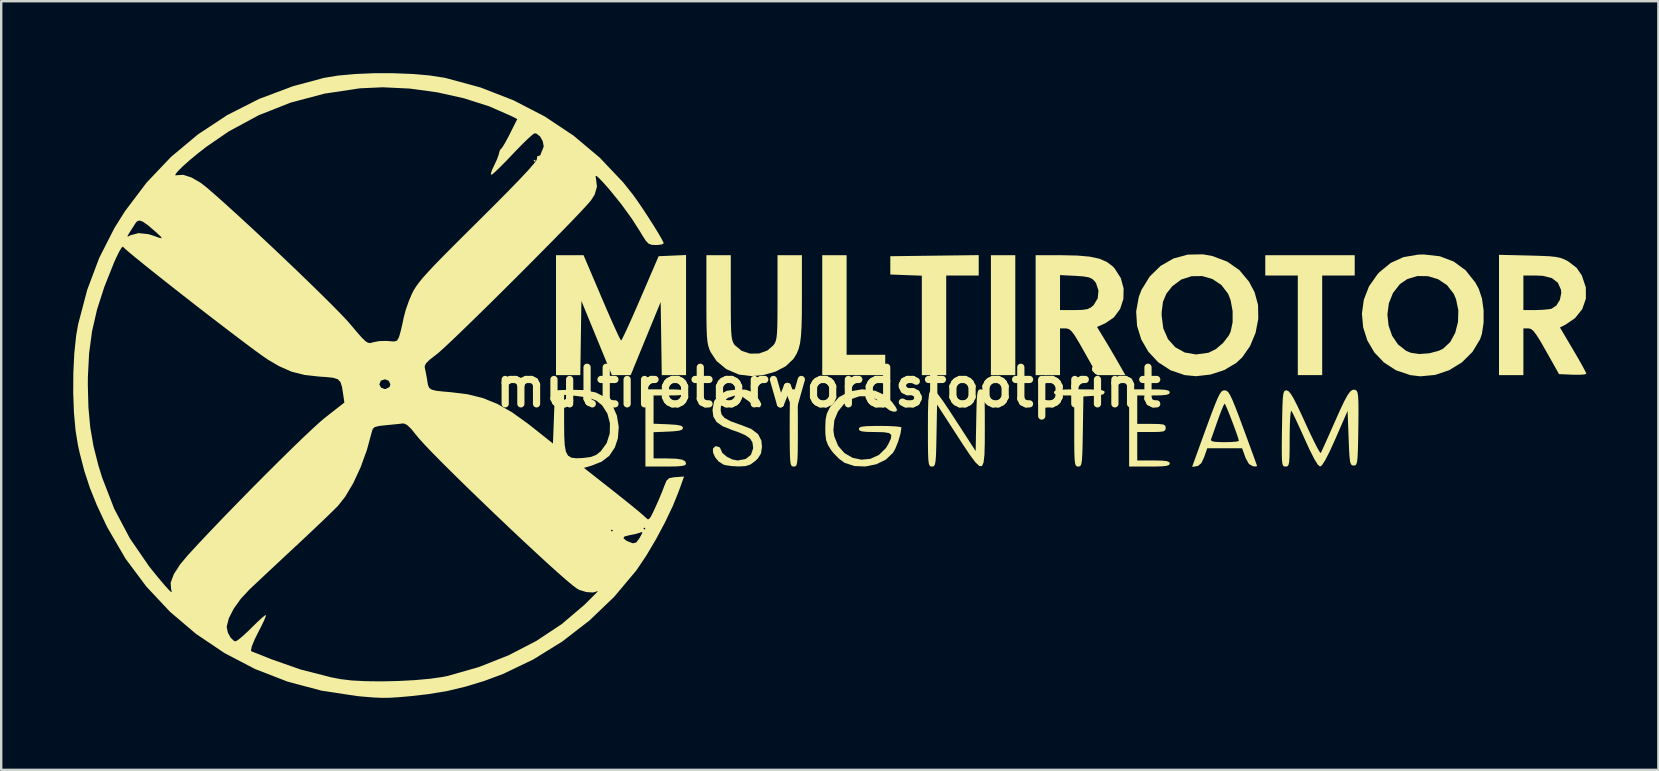
<source format=kicad_pcb>
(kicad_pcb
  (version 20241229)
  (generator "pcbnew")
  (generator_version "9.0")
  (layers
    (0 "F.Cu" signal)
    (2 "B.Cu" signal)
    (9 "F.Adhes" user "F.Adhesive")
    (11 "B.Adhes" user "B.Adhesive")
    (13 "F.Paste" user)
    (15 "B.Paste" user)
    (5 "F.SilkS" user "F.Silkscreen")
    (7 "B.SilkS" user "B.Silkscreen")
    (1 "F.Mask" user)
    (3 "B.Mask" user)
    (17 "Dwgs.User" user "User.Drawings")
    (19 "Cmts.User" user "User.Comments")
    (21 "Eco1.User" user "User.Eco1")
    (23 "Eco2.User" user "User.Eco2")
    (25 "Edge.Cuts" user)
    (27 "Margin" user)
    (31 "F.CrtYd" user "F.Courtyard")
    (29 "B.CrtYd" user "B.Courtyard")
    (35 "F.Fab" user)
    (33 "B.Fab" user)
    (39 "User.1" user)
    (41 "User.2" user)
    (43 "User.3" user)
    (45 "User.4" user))
  (footprint "multirotorwordsfootprint"
    (layer "F.Cu")
    (at 31.458 13.085)
    (property "Reference" "multirotorwordsfootprint" (at 0 0 0) (layer "F.SilkS") (effects (font (size 1.524 1.524) (thickness 0.3))))
    (attr board_only exclude_from_pos_files exclude_from_bom)
    (fp_poly (pts (xy -12.192 -9.44) (xy -12.234 -9.398) (xy -12.277 -9.44) (xy -12.234 -9.483)) (stroke (width 0) (type solid)) (fill yes) (layer "F.SilkS"))
    (fp_poly (pts (xy 7.789 -0.508) (xy 6.773 -0.508) (xy 6.773 -5.503) (xy 7.789 -5.503)) (stroke (width 0) (type solid)) (fill yes) (layer "F.SilkS"))
    (fp_poly (pts (xy 0.762 -1.355) (xy 2.371 -1.355) (xy 2.371 -0.508) (xy -0.254 -0.508) (xy -0.254 -5.503) (xy 0.762 -5.503)) (stroke (width 0) (type solid)) (fill yes) (layer "F.SilkS"))
    (fp_poly (pts (xy 21.929 -4.657) (xy 20.574 -4.657) (xy 20.574 -0.508) (xy 19.558 -0.508) (xy 19.558 -4.657) (xy 18.203 -4.657) (xy 18.203 -5.503) (xy 21.929 -5.503)) (stroke (width 0) (type solid)) (fill yes) (layer "F.SilkS"))
    (fp_poly (pts (xy 6.265 -4.657) (xy 4.911 -4.657) (xy 4.911 -0.508) (xy 3.895 -0.508) (xy 3.895 -4.65) (xy 3.239 -4.674) (xy 2.582 -4.699) (xy 2.582 -5.461) (xy 6.265 -5.507)) (stroke (width 0) (type solid)) (fill yes) (layer "F.SilkS"))
    (fp_poly (pts (xy -5.927 -0.508) (xy -6.939 -0.508) (xy -6.962 -2.029) (xy -6.985 -3.551) (xy -7.61 -2.029) (xy -8.234 -0.508) (xy -8.626 -0.508) (xy -9.017 -0.508) (xy -9.652 -2.053) (xy -10.287 -3.598) (xy -10.31 -2.053) (xy -10.333 -0.508) (xy -11.345 -0.508) (xy -11.345 -5.503) (xy -10.197 -5.503) (xy -9.44 -3.725) (xy -9.222 -3.217) (xy -9.024 -2.766) (xy -8.856 -2.393) (xy -8.728 -2.12) (xy -8.65 -1.97) (xy -8.633 -1.947) (xy -8.586 -2.022) (xy -8.484 -2.23) (xy -8.335 -2.55) (xy -8.151 -2.96) (xy -7.941 -3.438) (xy -7.826 -3.704) (xy -7.07 -5.461) (xy -5.927 -5.511)) (stroke (width 0) (type solid)) (fill yes) (layer "F.SilkS"))
    (fp_poly (pts (xy -1.381 0.092) (xy -1.337 0.127) (xy -1.307 0.214) (xy -1.287 0.375) (xy -1.276 0.631) (xy -1.271 1.005) (xy -1.27 1.521) (xy -1.27 1.693) (xy -1.271 2.252) (xy -1.274 2.664) (xy -1.284 2.951) (xy -1.301 3.136) (xy -1.327 3.241) (xy -1.367 3.289) (xy -1.421 3.302) (xy -1.439 3.302) (xy -1.498 3.295) (xy -1.541 3.259) (xy -1.572 3.173) (xy -1.591 3.012) (xy -1.602 2.756) (xy -1.607 2.381) (xy -1.609 1.866) (xy -1.609 1.693) (xy -1.608 1.135) (xy -1.604 0.723) (xy -1.595 0.436) (xy -1.578 0.251) (xy -1.551 0.145) (xy -1.512 0.098) (xy -1.458 0.085) (xy -1.439 0.085)) (stroke (width 0) (type solid)) (fill yes) (layer "F.SilkS"))
    (fp_poly (pts (xy -6.379 0.089) (xy -6.125 0.104) (xy -5.985 0.135) (xy -5.931 0.185) (xy -5.927 0.212) (xy -5.959 0.277) (xy -6.074 0.316) (xy -6.304 0.335) (xy -6.604 0.339) (xy -7.281 0.339) (xy -7.281 1.517) (xy -6.668 1.541) (xy -6.336 1.563) (xy -6.144 1.599) (xy -6.062 1.656) (xy -6.054 1.693) (xy -6.092 1.764) (xy -6.227 1.809) (xy -6.487 1.836) (xy -6.668 1.845) (xy -7.281 1.87) (xy -7.281 2.963) (xy -6.738 2.963) (xy -6.342 2.975) (xy -6.091 3.013) (xy -5.961 3.085) (xy -5.927 3.184) (xy -5.962 3.24) (xy -6.085 3.276) (xy -6.322 3.295) (xy -6.698 3.302) (xy -6.773 3.302) (xy -7.62 3.302) (xy -7.62 0.085) (xy -6.773 0.085)) (stroke (width 0) (type solid)) (fill yes) (layer "F.SilkS"))
    (fp_poly (pts (xy 10.907 0.088) (xy 11.214 0.1) (xy 11.4 0.123) (xy 11.492 0.16) (xy 11.515 0.207) (xy 11.457 0.289) (xy 11.269 0.338) (xy 11.07 0.355) (xy 10.626 0.381) (xy 10.603 1.841) (xy 10.593 2.371) (xy 10.582 2.754) (xy 10.567 3.015) (xy 10.544 3.176) (xy 10.511 3.262) (xy 10.464 3.297) (xy 10.412 3.302) (xy 10.352 3.294) (xy 10.308 3.255) (xy 10.278 3.162) (xy 10.26 2.991) (xy 10.249 2.719) (xy 10.245 2.323) (xy 10.245 1.82) (xy 10.245 0.339) (xy 9.821 0.339) (xy 9.555 0.325) (xy 9.425 0.278) (xy 9.398 0.212) (xy 9.423 0.158) (xy 9.515 0.121) (xy 9.699 0.099) (xy 10.001 0.088) (xy 10.447 0.085) (xy 10.456 0.085)) (stroke (width 0) (type solid)) (fill yes) (layer "F.SilkS"))
    (fp_poly (pts (xy 13.772 0.089) (xy 14.026 0.104) (xy 14.166 0.135) (xy 14.22 0.185) (xy 14.224 0.212) (xy 14.192 0.277) (xy 14.076 0.316) (xy 13.847 0.335) (xy 13.547 0.339) (xy 12.869 0.339) (xy 12.869 1.524) (xy 13.462 1.524) (xy 13.773 1.529) (xy 13.952 1.549) (xy 14.034 1.596) (xy 14.055 1.68) (xy 14.055 1.693) (xy 14.039 1.782) (xy 13.967 1.833) (xy 13.802 1.857) (xy 13.509 1.863) (xy 13.462 1.863) (xy 12.869 1.863) (xy 12.869 3.048) (xy 13.547 3.048) (xy 13.894 3.054) (xy 14.103 3.076) (xy 14.202 3.119) (xy 14.224 3.175) (xy 14.196 3.234) (xy 14.094 3.272) (xy 13.889 3.293) (xy 13.554 3.301) (xy 13.377 3.302) (xy 12.531 3.302) (xy 12.531 0.085) (xy 13.377 0.085)) (stroke (width 0) (type solid)) (fill yes) (layer "F.SilkS"))
    (fp_poly (pts (xy 10.376 -5.489) (xy 10.89 -5.443) (xy 11.288 -5.358) (xy 11.595 -5.227) (xy 11.839 -5.045) (xy 11.926 -4.953) (xy 12.183 -4.552) (xy 12.302 -4.114) (xy 12.291 -3.673) (xy 12.155 -3.262) (xy 11.899 -2.914) (xy 11.531 -2.664) (xy 11.521 -2.66) (xy 11.193 -2.515) (xy 11.507 -1.998) (xy 11.721 -1.641) (xy 11.949 -1.252) (xy 12.097 -0.995) (xy 12.374 -0.508) (xy 11.207 -0.508) (xy 10.662 -1.48) (xy 10.435 -1.879) (xy 10.268 -2.153) (xy 10.143 -2.323) (xy 10.041 -2.414) (xy 9.943 -2.449) (xy 9.885 -2.453) (xy 9.652 -2.455) (xy 9.652 -0.508) (xy 8.636 -0.508) (xy 8.636 -4.675) (xy 9.652 -4.675) (xy 9.652 -3.217) (xy 10.249 -3.217) (xy 10.578 -3.225) (xy 10.791 -3.257) (xy 10.939 -3.326) (xy 11.053 -3.425) (xy 11.221 -3.703) (xy 11.255 -4.027) (xy 11.154 -4.337) (xy 11.101 -4.412) (xy 10.992 -4.517) (xy 10.847 -4.582) (xy 10.619 -4.62) (xy 10.296 -4.643) (xy 9.652 -4.675) (xy 8.636 -4.675) (xy 8.636 -5.503) (xy 9.721 -5.503)) (stroke (width 0) (type solid)) (fill yes) (layer "F.SilkS"))
    (fp_poly (pts (xy -4.064 -3.737) (xy -4.063 -3.142) (xy -4.059 -2.693) (xy -4.049 -2.365) (xy -4.031 -2.133) (xy -4.004 -1.974) (xy -3.965 -1.864) (xy -3.912 -1.778) (xy -3.893 -1.753) (xy -3.61 -1.518) (xy -3.257 -1.403) (xy -2.883 -1.409) (xy -2.536 -1.536) (xy -2.291 -1.749) (xy -2.232 -1.833) (xy -2.189 -1.932) (xy -2.158 -2.071) (xy -2.137 -2.274) (xy -2.125 -2.565) (xy -2.119 -2.968) (xy -2.117 -3.508) (xy -2.117 -3.737) (xy -2.117 -5.503) (xy -1.101 -5.503) (xy -1.101 -3.738) (xy -1.104 -3.072) (xy -1.115 -2.55) (xy -1.139 -2.147) (xy -1.178 -1.838) (xy -1.237 -1.599) (xy -1.318 -1.403) (xy -1.425 -1.226) (xy -1.464 -1.172) (xy -1.773 -0.879) (xy -2.196 -0.656) (xy -2.689 -0.514) (xy -3.205 -0.467) (xy -3.699 -0.527) (xy -3.741 -0.538) (xy -4.251 -0.757) (xy -4.656 -1.094) (xy -4.902 -1.464) (xy -4.961 -1.597) (xy -5.005 -1.738) (xy -5.037 -1.911) (xy -5.059 -2.142) (xy -5.071 -2.457) (xy -5.078 -2.882) (xy -5.08 -3.441) (xy -5.08 -3.667) (xy -5.08 -5.503) (xy -4.064 -5.503)) (stroke (width 0) (type solid)) (fill yes) (layer "F.SilkS"))
    (fp_poly (pts (xy 6.41 0.092) (xy 6.453 0.129) (xy 6.483 0.218) (xy 6.502 0.381) (xy 6.513 0.641) (xy 6.518 1.021) (xy 6.519 1.541) (xy 6.519 1.693) (xy 6.517 2.334) (xy 6.504 2.81) (xy 6.469 3.125) (xy 6.402 3.28) (xy 6.292 3.28) (xy 6.129 3.127) (xy 5.902 2.823) (xy 5.6 2.372) (xy 5.366 2.011) (xy 4.53 0.72) (xy 4.506 2.011) (xy 4.496 2.504) (xy 4.484 2.853) (xy 4.466 3.082) (xy 4.439 3.216) (xy 4.399 3.281) (xy 4.343 3.301) (xy 4.316 3.302) (xy 4.258 3.295) (xy 4.215 3.258) (xy 4.185 3.169) (xy 4.166 3.005) (xy 4.155 2.745) (xy 4.15 2.366) (xy 4.149 1.845) (xy 4.149 1.693) (xy 4.151 1.051) (xy 4.164 0.574) (xy 4.2 0.259) (xy 4.267 0.102) (xy 4.377 0.102) (xy 4.541 0.255) (xy 4.768 0.559) (xy 5.07 1.009) (xy 5.305 1.371) (xy 6.138 2.658) (xy 6.162 1.371) (xy 6.172 0.879) (xy 6.184 0.532) (xy 6.202 0.303) (xy 6.229 0.169) (xy 6.269 0.105) (xy 6.326 0.086) (xy 6.352 0.085)) (stroke (width 0) (type solid)) (fill yes) (layer "F.SilkS"))
    (fp_poly (pts (xy 29.189 -5.49) (xy 29.684 -5.476) (xy 30.045 -5.459) (xy 30.304 -5.432) (xy 30.498 -5.391) (xy 30.659 -5.331) (xy 30.819 -5.249) (xy 31.172 -4.98) (xy 31.39 -4.66) (xy 31.556 -4.167) (xy 31.56 -3.692) (xy 31.408 -3.257) (xy 31.109 -2.882) (xy 30.712 -2.611) (xy 30.479 -2.492) (xy 31.028 -1.564) (xy 31.236 -1.208) (xy 31.408 -0.904) (xy 31.527 -0.682) (xy 31.578 -0.572) (xy 31.579 -0.568) (xy 31.503 -0.537) (xy 31.301 -0.522) (xy 31.017 -0.525) (xy 31.011 -0.525) (xy 30.44 -0.55) (xy 29.904 -1.503) (xy 29.675 -1.903) (xy 29.505 -2.175) (xy 29.377 -2.343) (xy 29.273 -2.429) (xy 29.175 -2.455) (xy 29.162 -2.455) (xy 28.956 -2.455) (xy 28.956 -0.508) (xy 27.94 -0.508) (xy 27.94 -3.217) (xy 28.956 -3.217) (xy 29.443 -3.218) (xy 29.748 -3.228) (xy 30.011 -3.251) (xy 30.124 -3.272) (xy 30.328 -3.405) (xy 30.475 -3.643) (xy 30.535 -3.927) (xy 30.521 -4.069) (xy 30.39 -4.36) (xy 30.14 -4.55) (xy 29.762 -4.644) (xy 29.495 -4.657) (xy 28.956 -4.657) (xy 28.956 -3.217) (xy 27.94 -3.217) (xy 27.94 -5.519)) (stroke (width 0) (type solid)) (fill yes) (layer "F.SilkS"))
    (fp_poly (pts (xy 15.991 -5.471) (xy 16.616 -5.237) (xy 17.126 -4.881) (xy 17.528 -4.397) (xy 17.758 -3.962) (xy 17.902 -3.431) (xy 17.912 -2.854) (xy 17.799 -2.271) (xy 17.572 -1.723) (xy 17.244 -1.251) (xy 16.993 -1.015) (xy 16.497 -0.72) (xy 15.919 -0.531) (xy 15.319 -0.463) (xy 14.846 -0.508) (xy 14.251 -0.712) (xy 13.743 -1.044) (xy 13.335 -1.479) (xy 13.037 -1.992) (xy 12.862 -2.56) (xy 12.834 -2.997) (xy 13.885 -2.997) (xy 13.954 -2.456) (xy 14.15 -2.008) (xy 14.454 -1.668) (xy 14.848 -1.45) (xy 15.314 -1.369) (xy 15.835 -1.439) (xy 15.836 -1.439) (xy 16.144 -1.591) (xy 16.446 -1.848) (xy 16.682 -2.156) (xy 16.759 -2.313) (xy 16.843 -2.712) (xy 16.842 -3.176) (xy 16.76 -3.626) (xy 16.654 -3.898) (xy 16.373 -4.263) (xy 16.003 -4.51) (xy 15.578 -4.634) (xy 15.135 -4.629) (xy 14.708 -4.492) (xy 14.335 -4.216) (xy 14.331 -4.213) (xy 14.083 -3.9) (xy 13.942 -3.565) (xy 13.888 -3.147) (xy 13.885 -2.997) (xy 12.834 -2.997) (xy 12.824 -3.159) (xy 12.933 -3.763) (xy 13.049 -4.065) (xy 13.393 -4.621) (xy 13.842 -5.058) (xy 14.375 -5.364) (xy 14.969 -5.528) (xy 15.603 -5.54)) (stroke (width 0) (type solid)) (fill yes) (layer "F.SilkS"))
    (fp_poly (pts (xy 25.476 -5.458) (xy 26.059 -5.236) (xy 26.553 -4.871) (xy 26.954 -4.364) (xy 27.098 -4.1) (xy 27.232 -3.695) (xy 27.299 -3.203) (xy 27.298 -2.692) (xy 27.228 -2.228) (xy 27.153 -2.003) (xy 26.833 -1.473) (xy 26.394 -1.038) (xy 25.866 -0.714) (xy 25.278 -0.515) (xy 24.662 -0.458) (xy 24.244 -0.508) (xy 23.647 -0.71) (xy 23.146 -1.034) (xy 22.746 -1.456) (xy 22.455 -1.951) (xy 22.281 -2.497) (xy 22.232 -3.035) (xy 23.291 -3.035) (xy 23.339 -2.573) (xy 23.488 -2.145) (xy 23.734 -1.783) (xy 24.071 -1.52) (xy 24.267 -1.438) (xy 24.624 -1.386) (xy 25.04 -1.418) (xy 25.43 -1.521) (xy 25.611 -1.609) (xy 25.907 -1.884) (xy 26.116 -2.269) (xy 26.232 -2.722) (xy 26.246 -3.202) (xy 26.151 -3.669) (xy 26.052 -3.898) (xy 25.777 -4.254) (xy 25.408 -4.5) (xy 24.985 -4.629) (xy 24.545 -4.636) (xy 24.125 -4.512) (xy 23.812 -4.299) (xy 23.523 -3.93) (xy 23.351 -3.498) (xy 23.291 -3.035) (xy 22.232 -3.035) (xy 22.229 -3.07) (xy 22.308 -3.647) (xy 22.523 -4.203) (xy 22.883 -4.716) (xy 22.962 -4.8) (xy 23.432 -5.184) (xy 23.96 -5.423) (xy 24.571 -5.527) (xy 24.807 -5.534)) (stroke (width 0) (type solid)) (fill yes) (layer "F.SilkS"))
    (fp_poly (pts (xy 16.585 0.141) (xy 16.654 0.196) (xy 16.732 0.313) (xy 16.828 0.512) (xy 16.952 0.813) (xy 17.115 1.237) (xy 17.284 1.693) (xy 17.462 2.175) (xy 17.617 2.599) (xy 17.742 2.941) (xy 17.827 3.178) (xy 17.863 3.284) (xy 17.864 3.287) (xy 17.794 3.298) (xy 17.682 3.287) (xy 17.524 3.196) (xy 17.391 2.961) (xy 17.368 2.9) (xy 17.237 2.54) (xy 15.785 2.54) (xy 15.661 2.9) (xy 15.543 3.155) (xy 15.404 3.272) (xy 15.346 3.287) (xy 15.155 3.314) (xy 15.364 2.736) (xy 15.565 2.18) (xy 15.938 2.18) (xy 15.964 2.239) (xy 16.11 2.272) (xy 16.398 2.285) (xy 16.501 2.286) (xy 16.796 2.279) (xy 17.01 2.261) (xy 17.102 2.235) (xy 17.103 2.232) (xy 17.075 2.121) (xy 17.002 1.904) (xy 16.9 1.623) (xy 16.785 1.319) (xy 16.673 1.034) (xy 16.579 0.81) (xy 16.52 0.689) (xy 16.51 0.678) (xy 16.465 0.752) (xy 16.381 0.95) (xy 16.273 1.236) (xy 16.223 1.376) (xy 16.107 1.704) (xy 16.011 1.977) (xy 15.949 2.15) (xy 15.938 2.18) (xy 15.565 2.18) (xy 15.622 2.023) (xy 15.83 1.454) (xy 15.995 1.011) (xy 16.124 0.68) (xy 16.224 0.444) (xy 16.302 0.286) (xy 16.365 0.192) (xy 16.42 0.145) (xy 16.475 0.129) (xy 16.513 0.127)) (stroke (width 0) (type solid)) (fill yes) (layer "F.SilkS"))
    (fp_poly (pts (xy -3.434 0.102) (xy -3.237 0.171) (xy -3.054 0.32) (xy -3.041 0.332) (xy -2.885 0.519) (xy -2.799 0.681) (xy -2.794 0.713) (xy -2.846 0.829) (xy -2.982 0.827) (xy -3.17 0.716) (xy -3.302 0.593) (xy -3.589 0.386) (xy -3.903 0.345) (xy -4.175 0.436) (xy -4.388 0.59) (xy -4.475 0.795) (xy -4.486 0.951) (xy -4.45 1.128) (xy -4.324 1.275) (xy -4.083 1.409) (xy -3.704 1.547) (xy -3.62 1.574) (xy -3.198 1.743) (xy -2.926 1.952) (xy -2.789 2.219) (xy -2.764 2.477) (xy -2.804 2.753) (xy -2.935 2.963) (xy -3.039 3.065) (xy -3.238 3.213) (xy -3.446 3.282) (xy -3.741 3.297) (xy -3.748 3.297) (xy -4.04 3.28) (xy -4.287 3.243) (xy -4.372 3.218) (xy -4.569 3.091) (xy -4.718 2.912) (xy -4.802 2.721) (xy -4.809 2.559) (xy -4.721 2.465) (xy -4.657 2.455) (xy -4.519 2.506) (xy -4.487 2.576) (xy -4.414 2.735) (xy -4.23 2.891) (xy -3.991 3.008) (xy -3.775 3.048) (xy -3.445 2.987) (xy -3.225 2.815) (xy -3.134 2.548) (xy -3.133 2.506) (xy -3.162 2.294) (xy -3.266 2.128) (xy -3.473 1.987) (xy -3.809 1.847) (xy -4.001 1.782) (xy -4.4 1.623) (xy -4.655 1.445) (xy -4.789 1.224) (xy -4.826 0.949) (xy -4.759 0.577) (xy -4.558 0.309) (xy -4.225 0.144) (xy -3.759 0.085) (xy -3.723 0.085)) (stroke (width 0) (type solid)) (fill yes) (layer "F.SilkS"))
    (fp_poly (pts (xy 1.952 0.144) (xy 2.359 0.327) (xy 2.656 0.613) (xy 2.815 0.835) (xy 2.866 0.957) (xy 2.813 1.008) (xy 2.704 1.016) (xy 2.538 0.954) (xy 2.351 0.802) (xy 2.317 0.764) (xy 2.001 0.495) (xy 1.651 0.371) (xy 1.292 0.375) (xy 0.947 0.493) (xy 0.642 0.709) (xy 0.402 1.008) (xy 0.25 1.375) (xy 0.211 1.795) (xy 0.245 2.036) (xy 0.409 2.441) (xy 0.674 2.742) (xy 1.008 2.936) (xy 1.38 3.016) (xy 1.757 2.978) (xy 2.108 2.817) (xy 2.4 2.53) (xy 2.499 2.367) (xy 2.606 2.137) (xy 2.623 1.989) (xy 2.532 1.907) (xy 2.312 1.871) (xy 1.947 1.863) (xy 1.6 1.857) (xy 1.391 1.835) (xy 1.292 1.792) (xy 1.27 1.736) (xy 1.297 1.678) (xy 1.397 1.64) (xy 1.597 1.619) (xy 1.925 1.61) (xy 2.159 1.609) (xy 2.524 1.614) (xy 2.815 1.63) (xy 3 1.652) (xy 3.046 1.672) (xy 3.004 1.937) (xy 2.909 2.262) (xy 2.788 2.564) (xy 2.699 2.724) (xy 2.399 3.01) (xy 1.999 3.205) (xy 1.545 3.298) (xy 1.088 3.281) (xy 0.676 3.145) (xy 0.447 2.978) (xy 0.212 2.739) (xy 0.127 2.63) (xy -0.015 2.406) (xy -0.092 2.199) (xy -0.123 1.94) (xy -0.127 1.701) (xy -0.115 1.356) (xy -0.066 1.109) (xy 0.036 0.889) (xy 0.106 0.779) (xy 0.447 0.408) (xy 0.883 0.174) (xy 1.394 0.085) (xy 1.439 0.085)) (stroke (width 0) (type solid)) (fill yes) (layer "F.SilkS"))
    (fp_poly (pts (xy 21.966 0.114) (xy 22.015 0.15) (xy 22.049 0.232) (xy 22.071 0.383) (xy 22.083 0.624) (xy 22.086 0.981) (xy 22.082 1.474) (xy 22.079 1.713) (xy 22.07 2.259) (xy 22.06 2.659) (xy 22.046 2.936) (xy 22.025 3.111) (xy 21.994 3.208) (xy 21.951 3.25) (xy 21.892 3.26) (xy 21.886 3.26) (xy 21.818 3.249) (xy 21.769 3.2) (xy 21.735 3.087) (xy 21.711 2.882) (xy 21.692 2.559) (xy 21.675 2.122) (xy 21.632 0.984) (xy 21.126 2.143) (xy 20.888 2.669) (xy 20.701 3.036) (xy 20.564 3.246) (xy 20.488 3.302) (xy 20.391 3.222) (xy 20.242 2.981) (xy 20.04 2.58) (xy 19.857 2.18) (xy 19.675 1.775) (xy 19.513 1.423) (xy 19.385 1.155) (xy 19.304 1.001) (xy 19.289 0.978) (xy 19.265 1.028) (xy 19.244 1.22) (xy 19.228 1.526) (xy 19.22 1.919) (xy 19.219 2.1) (xy 19.218 2.573) (xy 19.212 2.902) (xy 19.198 3.114) (xy 19.171 3.234) (xy 19.128 3.288) (xy 19.066 3.302) (xy 19.048 3.302) (xy 18.988 3.296) (xy 18.945 3.262) (xy 18.916 3.179) (xy 18.898 3.023) (xy 18.891 2.772) (xy 18.891 2.403) (xy 18.897 1.894) (xy 18.9 1.714) (xy 18.909 1.16) (xy 18.919 0.752) (xy 18.933 0.468) (xy 18.953 0.286) (xy 18.983 0.184) (xy 19.024 0.138) (xy 19.08 0.127) (xy 19.089 0.127) (xy 19.165 0.157) (xy 19.257 0.258) (xy 19.374 0.45) (xy 19.529 0.75) (xy 19.731 1.179) (xy 19.863 1.468) (xy 20.061 1.899) (xy 20.238 2.263) (xy 20.38 2.54) (xy 20.477 2.704) (xy 20.514 2.738) (xy 20.562 2.639) (xy 20.665 2.414) (xy 20.81 2.091) (xy 20.984 1.7) (xy 21.08 1.482) (xy 21.31 0.967) (xy 21.488 0.591) (xy 21.626 0.335) (xy 21.737 0.18) (xy 21.831 0.108) (xy 21.922 0.1)) (stroke (width 0) (type solid)) (fill yes) (layer "F.SilkS"))
    (fp_poly (pts (xy -17.353 -13.055) (xy -16.627 -12.993) (xy -16.01 -12.899) (xy -15.939 -12.884) (xy -14.49 -12.491) (xy -13.113 -11.955) (xy -11.818 -11.285) (xy -10.618 -10.487) (xy -9.524 -9.568) (xy -8.547 -8.537) (xy -8.142 -8.029) (xy -7.957 -7.771) (xy -7.74 -7.452) (xy -7.51 -7.103) (xy -7.288 -6.755) (xy -7.094 -6.439) (xy -6.947 -6.187) (xy -6.867 -6.03) (xy -6.858 -5.998) (xy -6.933 -5.953) (xy -7.12 -5.928) (xy -7.186 -5.927) (xy -7.361 -5.936) (xy -7.487 -5.984) (xy -7.603 -6.104) (xy -7.747 -6.328) (xy -7.823 -6.456) (xy -8.192 -7.033) (xy -8.643 -7.653) (xy -9.128 -8.25) (xy -9.357 -8.509) (xy -9.558 -8.72) (xy -9.667 -8.811) (xy -9.698 -8.79) (xy -9.684 -8.721) (xy -9.639 -8.36) (xy -9.735 -8.026) (xy -9.881 -7.797) (xy -10.018 -7.635) (xy -10.262 -7.37) (xy -10.596 -7.018) (xy -11.007 -6.594) (xy -11.477 -6.113) (xy -11.994 -5.59) (xy -12.541 -5.039) (xy -13.103 -4.477) (xy -13.665 -3.918) (xy -14.213 -3.377) (xy -14.73 -2.87) (xy -15.203 -2.411) (xy -15.615 -2.015) (xy -15.952 -1.698) (xy -16.198 -1.474) (xy -16.324 -1.37) (xy -16.603 -1.154) (xy -16.759 -0.999) (xy -16.816 -0.879) (xy -16.81 -0.806) (xy -16.767 -0.614) (xy -16.72 -0.348) (xy -16.709 -0.274) (xy -16.678 -0.096) (xy -16.627 0.023) (xy -16.523 0.098) (xy -16.337 0.145) (xy -16.036 0.178) (xy -15.732 0.203) (xy -15.023 0.291) (xy -14.387 0.449) (xy -13.784 0.694) (xy -13.174 1.043) (xy -12.519 1.512) (xy -12.356 1.64) (xy -11.472 2.343) (xy -11.43 1.235) (xy -11.395 0.314) (xy -11.007 0.314) (xy -11.007 1.484) (xy -11.002 2.024) (xy -10.981 2.417) (xy -10.932 2.685) (xy -10.842 2.849) (xy -10.7 2.933) (xy -10.495 2.957) (xy -10.224 2.945) (xy -9.902 2.904) (xy -9.678 2.82) (xy -9.481 2.666) (xy -9.481 2.666) (xy -9.233 2.324) (xy -9.106 1.921) (xy -9.098 1.498) (xy -9.204 1.095) (xy -9.422 0.753) (xy -9.66 0.559) (xy -9.872 0.476) (xy -10.18 0.404) (xy -10.453 0.366) (xy -11.007 0.314) (xy -11.395 0.314) (xy -11.388 0.127) (xy -10.775 0.102) (xy -10.166 0.116) (xy -9.685 0.217) (xy -9.31 0.409) (xy -9.271 0.438) (xy -8.991 0.76) (xy -8.808 1.179) (xy -8.731 1.652) (xy -8.768 2.131) (xy -8.894 2.506) (xy -9.124 2.853) (xy -9.445 3.098) (xy -9.852 3.259) (xy -10.182 3.357) (xy -8.964 4.314) (xy -8.566 4.63) (xy -8.206 4.919) (xy -7.91 5.162) (xy -7.702 5.339) (xy -7.61 5.425) (xy -7.535 5.494) (xy -7.47 5.49) (xy -7.393 5.388) (xy -7.281 5.165) (xy -7.21 5.011) (xy -7.059 4.673) (xy -6.922 4.343) (xy -6.831 4.104) (xy -6.741 3.888) (xy -6.629 3.786) (xy -6.429 3.747) (xy -6.363 3.742) (xy -6.011 3.716) (xy -6.232 4.334) (xy -6.479 4.945) (xy -6.806 5.63) (xy -7.182 6.334) (xy -7.577 7.001) (xy -7.961 7.575) (xy -8.02 7.655) (xy -8.924 8.732) (xy -9.952 9.715) (xy -11.082 10.589) (xy -12.29 11.337) (xy -13.555 11.943) (xy -14.323 12.229) (xy -15.122 12.472) (xy -15.876 12.652) (xy -16.662 12.782) (xy -17.399 12.866) (xy -17.88 12.909) (xy -18.255 12.933) (xy -18.585 12.937) (xy -18.929 12.923) (xy -19.348 12.889) (xy -19.631 12.863) (xy -21.11 12.639) (xy -22.529 12.261) (xy -23.881 11.737) (xy -25.154 11.073) (xy -26.339 10.275) (xy -26.662 10.001) (xy -25.061 10.001) (xy -25.015 10.22) (xy -24.903 10.427) (xy -24.764 10.562) (xy -24.694 10.583) (xy -24.592 10.527) (xy -24.406 10.374) (xy -24.168 10.154) (xy -24.045 10.033) (xy -23.799 9.791) (xy -23.595 9.603) (xy -23.463 9.497) (xy -23.434 9.483) (xy -23.441 9.551) (xy -23.515 9.734) (xy -23.643 9.997) (xy -23.707 10.118) (xy -23.898 10.5) (xy -24.016 10.787) (xy -24.053 10.96) (xy -24.021 11.007) (xy -23.937 11.036) (xy -23.731 11.117) (xy -23.436 11.235) (xy -23.195 11.332) (xy -21.99 11.755) (xy -20.722 12.079) (xy -20.32 12.157) (xy -19.858 12.213) (xy -19.274 12.243) (xy -18.611 12.251) (xy -17.915 12.235) (xy -17.229 12.199) (xy -16.599 12.142) (xy -16.068 12.067) (xy -15.875 12.028) (xy -14.567 11.657) (xy -13.322 11.165) (xy -12.161 10.564) (xy -11.108 9.866) (xy -10.184 9.081) (xy -10.138 9.037) (xy -9.89 8.792) (xy -9.706 8.607) (xy -9.606 8.501) (xy -9.599 8.488) (xy -9.799 8.548) (xy -10.075 8.531) (xy -10.359 8.446) (xy -10.463 8.392) (xy -10.638 8.262) (xy -10.919 8.028) (xy -11.288 7.704) (xy -11.731 7.304) (xy -12.232 6.843) (xy -12.776 6.337) (xy -12.827 6.288) (xy -8.537 6.288) (xy -8.416 6.388) (xy -8.361 6.416) (xy -8.145 6.498) (xy -8.005 6.467) (xy -7.878 6.302) (xy -7.851 6.255) (xy -7.758 6.084) (xy -7.751 6.026) (xy -7.83 6.048) (xy -7.851 6.057) (xy -8.041 6.115) (xy -8.276 6.16) (xy -8.49 6.213) (xy -8.537 6.288) (xy -12.827 6.288) (xy -13.166 5.969) (xy -9.059 5.969) (xy -9.017 6.011) (xy -8.975 5.969) (xy -9.017 5.927) (xy -9.059 5.969) (xy -13.166 5.969) (xy -13.256 5.884) (xy -7.705 5.884) (xy -7.662 5.927) (xy -7.62 5.884) (xy -7.662 5.842) (xy -7.705 5.884) (xy -13.256 5.884) (xy -13.347 5.799) (xy -13.93 5.244) (xy -14.51 4.688) (xy -15.071 4.144) (xy -15.597 3.628) (xy -16.074 3.155) (xy -16.485 2.738) (xy -16.816 2.393) (xy -17.051 2.134) (xy -17.138 2.028) (xy -17.377 1.733) (xy -17.554 1.565) (xy -17.69 1.505) (xy -17.73 1.506) (xy -17.907 1.527) (xy -18.186 1.555) (xy -18.437 1.579) (xy -18.729 1.613) (xy -18.896 1.657) (xy -18.978 1.733) (xy -19.017 1.851) (xy -19.223 2.61) (xy -19.487 3.337) (xy -19.794 3.998) (xy -20.126 4.557) (xy -20.428 4.938) (xy -20.597 5.108) (xy -20.866 5.37) (xy -21.211 5.7) (xy -21.608 6.076) (xy -22.033 6.475) (xy -22.183 6.614) (xy -22.626 7.027) (xy -23.064 7.436) (xy -23.468 7.814) (xy -23.811 8.136) (xy -24.066 8.375) (xy -24.116 8.423) (xy -24.48 8.816) (xy -24.773 9.226) (xy -24.973 9.618) (xy -25.06 9.954) (xy -25.061 10.001) (xy -26.662 10.001) (xy -27.428 9.35) (xy -28.409 8.304) (xy -29.275 7.144) (xy -30.015 5.876) (xy -30.096 5.715) (xy -30.467 4.925) (xy -30.758 4.206) (xy -30.992 3.494) (xy -31.191 2.725) (xy -31.259 2.422) (xy -31.361 1.792) (xy -31.428 1.046) (xy -31.458 0.231) (xy -31.456 -0.085) (xy -30.849 -0.085) (xy -30.824 0.843) (xy -30.748 1.669) (xy -30.613 2.454) (xy -30.407 3.261) (xy -30.258 3.746) (xy -29.75 5.059) (xy -29.097 6.294) (xy -28.292 7.466) (xy -27.932 7.912) (xy -27.66 8.233) (xy -27.48 8.434) (xy -27.382 8.526) (xy -27.351 8.522) (xy -27.375 8.432) (xy -27.381 8.415) (xy -27.398 8.141) (xy -27.271 7.793) (xy -27.005 7.38) (xy -26.697 7.011) (xy -26.251 6.527) (xy -25.744 5.989) (xy -25.193 5.413) (xy -24.613 4.816) (xy -24.022 4.213) (xy -23.435 3.622) (xy -22.869 3.059) (xy -22.341 2.54) (xy -21.867 2.083) (xy -21.463 1.703) (xy -21.146 1.416) (xy -20.972 1.27) (xy -20.161 0.635) (xy -20.211 0.296) (xy -20.26 -0.014) (xy -20.294 -0.122) (xy -18.704 -0.122) (xy -18.636 0.012) (xy -18.481 0.072) (xy -18.437 0.069) (xy -18.277 -0.015) (xy -18.246 -0.126) (xy -18.313 -0.271) (xy -18.465 -0.333) (xy -18.627 -0.285) (xy -18.647 -0.268) (xy -18.704 -0.122) (xy -20.294 -0.122) (xy -20.323 -0.216) (xy -20.433 -0.335) (xy -20.623 -0.397) (xy -20.929 -0.429) (xy -21.181 -0.444) (xy -21.815 -0.512) (xy -22.365 -0.652) (xy -22.898 -0.888) (xy -23.346 -1.152) (xy -23.556 -1.296) (xy -23.867 -1.521) (xy -24.262 -1.815) (xy -24.724 -2.164) (xy -25.237 -2.555) (xy -25.783 -2.974) (xy -26.345 -3.409) (xy -26.906 -3.847) (xy -27.45 -4.274) (xy -27.959 -4.676) (xy -28.416 -5.041) (xy -28.805 -5.356) (xy -29.108 -5.606) (xy -29.309 -5.78) (xy -29.388 -5.86) (xy -29.44 -5.822) (xy -29.54 -5.657) (xy -29.67 -5.393) (xy -29.76 -5.192) (xy -30.164 -4.177) (xy -30.465 -3.241) (xy -30.673 -2.335) (xy -30.796 -1.413) (xy -30.847 -0.428) (xy -30.849 -0.085) (xy -31.456 -0.085) (xy -31.453 -0.604) (xy -31.413 -1.411) (xy -31.337 -2.142) (xy -31.253 -2.625) (xy -30.874 -4.063) (xy -30.373 -5.393) (xy -29.91 -6.304) (xy -29.199 -6.304) (xy -29.178 -6.281) (xy -29.064 -6.337) (xy -28.734 -6.424) (xy -28.328 -6.381) (xy -28.109 -6.313) (xy -27.868 -6.226) (xy -27.769 -6.21) (xy -27.808 -6.276) (xy -27.98 -6.438) (xy -28.048 -6.498) (xy -28.351 -6.757) (xy -28.563 -6.904) (xy -28.707 -6.95) (xy -28.81 -6.905) (xy -28.869 -6.828) (xy -29.006 -6.612) (xy -29.114 -6.443) (xy -29.199 -6.304) (xy -29.91 -6.304) (xy -29.745 -6.629) (xy -29.303 -7.335) (xy -28.4 -8.529) (xy -28.117 -8.826) (xy -27.2 -8.826) (xy -27.148 -8.836) (xy -26.873 -8.851) (xy -26.528 -8.74) (xy -26.144 -8.516) (xy -25.905 -8.33) (xy -25.5 -7.979) (xy -25.021 -7.551) (xy -24.486 -7.063) (xy -23.911 -6.533) (xy -23.315 -5.976) (xy -22.715 -5.409) (xy -22.128 -4.849) (xy -21.572 -4.312) (xy -21.065 -3.816) (xy -20.624 -3.377) (xy -20.266 -3.011) (xy -20.009 -2.736) (xy -19.938 -2.654) (xy -19.644 -2.306) (xy -19.435 -2.069) (xy -19.288 -1.925) (xy -19.18 -1.856) (xy -19.086 -1.843) (xy -18.985 -1.869) (xy -18.956 -1.879) (xy -18.705 -1.926) (xy -18.401 -1.932) (xy -18.327 -1.926) (xy -18.094 -1.908) (xy -17.97 -1.943) (xy -17.9 -2.059) (xy -17.869 -2.149) (xy -17.803 -2.387) (xy -17.731 -2.702) (xy -17.696 -2.879) (xy -17.611 -3.207) (xy -17.476 -3.593) (xy -17.348 -3.895) (xy -17.271 -4.044) (xy -17.176 -4.197) (xy -17.052 -4.368) (xy -16.886 -4.57) (xy -16.666 -4.815) (xy -16.381 -5.118) (xy -16.018 -5.49) (xy -15.565 -5.946) (xy -15.011 -6.498) (xy -14.586 -6.919) (xy -13.889 -7.613) (xy -13.313 -8.195) (xy -12.855 -8.667) (xy -12.512 -9.033) (xy -12.281 -9.297) (xy -12.158 -9.46) (xy -12.137 -9.522) (xy -12.133 -9.622) (xy -12.087 -9.63) (xy -11.992 -9.674) (xy -11.984 -9.708) (xy -11.931 -9.854) (xy -11.917 -9.871) (xy -11.857 -10.035) (xy -11.896 -10.249) (xy -12.007 -10.448) (xy -12.162 -10.57) (xy -12.232 -10.583) (xy -12.324 -10.525) (xy -12.505 -10.364) (xy -12.753 -10.124) (xy -13.042 -9.827) (xy -13.125 -9.739) (xy -13.424 -9.427) (xy -13.688 -9.16) (xy -13.894 -8.963) (xy -14.015 -8.861) (xy -14.029 -8.853) (xy -14.061 -8.893) (xy -14.009 -9.056) (xy -13.928 -9.228) (xy -13.809 -9.483) (xy -13.733 -9.689) (xy -13.716 -9.769) (xy -13.674 -9.897) (xy -13.644 -9.92) (xy -13.575 -10.004) (xy -13.455 -10.203) (xy -13.308 -10.478) (xy -13.266 -10.561) (xy -12.959 -11.174) (xy -13.19 -11.293) (xy -14.128 -11.705) (xy -15.177 -12.04) (xy -16.294 -12.289) (xy -17.436 -12.445) (xy -18.56 -12.499) (xy -19.516 -12.456) (xy -20.996 -12.233) (xy -22.4 -11.86) (xy -23.727 -11.336) (xy -24.975 -10.662) (xy -25.908 -10.022) (xy -26.279 -9.733) (xy -26.61 -9.458) (xy -26.884 -9.214) (xy -27.085 -9.016) (xy -27.196 -8.882) (xy -27.2 -8.826) (xy -28.117 -8.826) (xy -27.385 -9.597) (xy -26.263 -10.535) (xy -25.039 -11.342) (xy -23.716 -12.013) (xy -22.3 -12.545) (xy -21.019 -12.889) (xy -20.435 -12.986) (xy -19.73 -13.051) (xy -18.951 -13.084) (xy -18.144 -13.085)) (stroke (width 0) (type solid)) (fill yes) (layer "F.SilkS")))
  (gr_rect
    (start -3 -3)
    (end 66.037 29.023)
    (stroke (width 0.1) (type default))
    (fill no)
    (layer "Edge.Cuts")))
</source>
